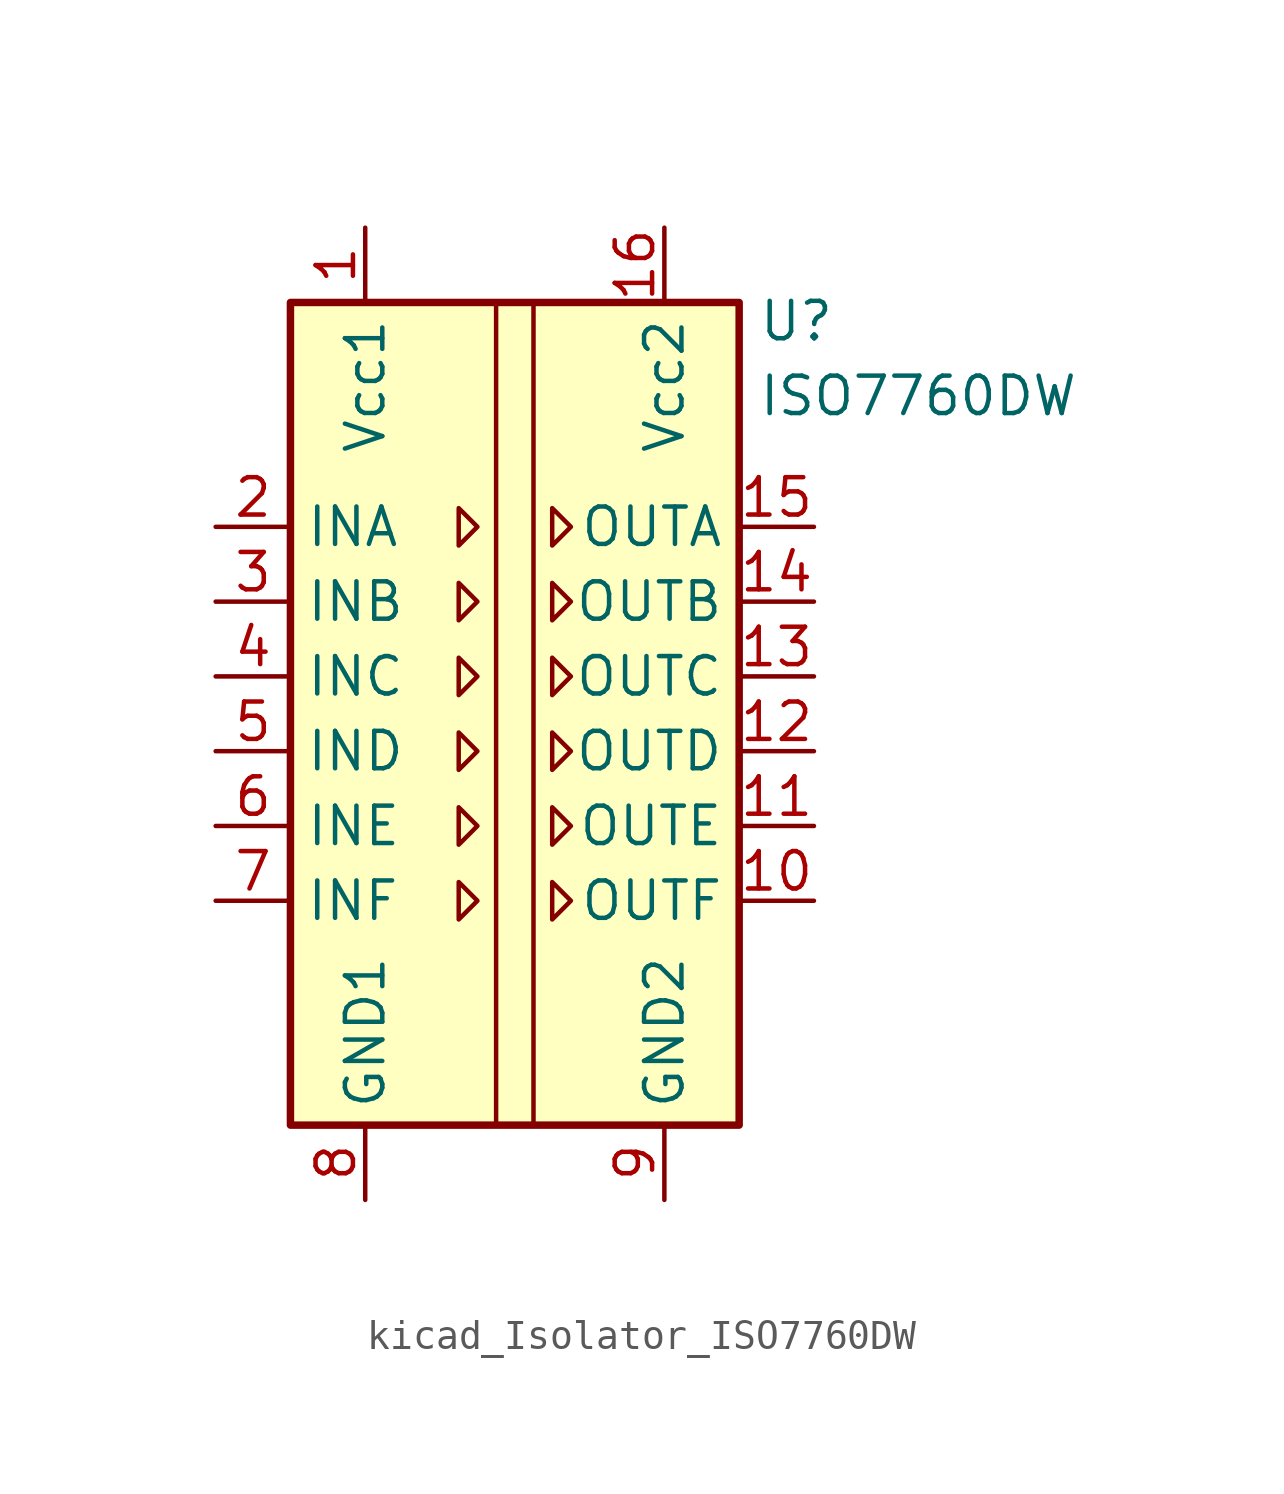
<source format=kicad_sym>
(kicad_symbol_lib
  (version 20220914)
  (generator kicad_symbol_editor)
  (symbol "kicad_Isolator_ISO7760DW"
    (property "Reference" "U"
      (at 8.255 14.605 0)
      (effects (font (size 1.27 1.27)) (justify left)))
    (property "Value" "ISO7760DW"
      (at 8.255 12.065 0)
      (effects (font (size 1.27 1.27)) (justify left)))
    (symbol "kicad_Isolator_ISO7760DW_0_1"
      (rectangle (start -7.62 15.24) (end 7.62 -12.7) (stroke (width 0.254) (type default)) (fill (type background)))
      (polyline (pts (xy -0.635 15.24) (xy -0.635 -12.7)) (stroke (width 0) (type default)) (fill (type none)))
      (polyline (pts (xy 0.635 15.24) (xy 0.635 -12.7)) (stroke (width 0) (type default)) (fill (type none)))
      (polyline (pts (xy -1.905 8.255) (xy -1.27 7.62) (xy -1.905 6.985) (xy -1.905 8.255)) (stroke (width 0) (type default)) (fill (type none)))
      (polyline (pts (xy 1.27 8.255) (xy 1.905 7.62) (xy 1.27 6.985) (xy 1.27 8.255)) (stroke (width 0) (type default)) (fill (type none))))
    (symbol "kicad_Isolator_ISO7760DW_1_1"
      (polyline (pts (xy -1.905 -4.445) (xy -1.27 -5.08) (xy -1.905 -5.715) (xy -1.905 -4.445)) (stroke (width 0) (type default)) (fill (type none)))
      (polyline (pts (xy -1.905 -1.905) (xy -1.27 -2.54) (xy -1.905 -3.175) (xy -1.905 -1.905)) (stroke (width 0) (type default)) (fill (type none)))
      (polyline (pts (xy -1.905 0.635) (xy -1.27 0) (xy -1.905 -0.635) (xy -1.905 0.635)) (stroke (width 0) (type default)) (fill (type none)))
      (polyline (pts (xy -1.905 3.175) (xy -1.27 2.54) (xy -1.905 1.905) (xy -1.905 3.175)) (stroke (width 0) (type default)) (fill (type none)))
      (polyline (pts (xy -1.905 5.715) (xy -1.27 5.08) (xy -1.905 4.445) (xy -1.905 5.715)) (stroke (width 0) (type default)) (fill (type none)))
      (polyline (pts (xy 1.27 -4.445) (xy 1.905 -5.08) (xy 1.27 -5.715) (xy 1.27 -4.445)) (stroke (width 0) (type default)) (fill (type none)))
      (polyline (pts (xy 1.27 -1.905) (xy 1.905 -2.54) (xy 1.27 -3.175) (xy 1.27 -1.905)) (stroke (width 0) (type default)) (fill (type none)))
      (polyline (pts (xy 1.27 0.635) (xy 1.905 0) (xy 1.27 -0.635) (xy 1.27 0.635)) (stroke (width 0) (type default)) (fill (type none)))
      (polyline (pts (xy 1.27 3.175) (xy 1.905 2.54) (xy 1.27 1.905) (xy 1.27 3.175)) (stroke (width 0) (type default)) (fill (type none)))
      (polyline (pts (xy 1.27 5.715) (xy 1.905 5.08) (xy 1.27 4.445) (xy 1.27 5.715)) (stroke (width 0) (type default)) (fill (type none)))
      (pin power_in line (at -5.08 17.78 270) (length 2.54) (name "Vcc1" (effects (font (size 1.27 1.27)))) (number "1" (effects (font (size 1.27 1.27)))))
      (pin output line (at 10.16 -5.08 180) (length 2.54) (name "OUTF" (effects (font (size 1.27 1.27)))) (number "10" (effects (font (size 1.27 1.27)))))
      (pin output line (at 10.16 -2.54 180) (length 2.54) (name "OUTE" (effects (font (size 1.27 1.27)))) (number "11" (effects (font (size 1.27 1.27)))))
      (pin output line (at 10.16 0 180) (length 2.54) (name "OUTD" (effects (font (size 1.27 1.27)))) (number "12" (effects (font (size 1.27 1.27)))))
      (pin output line (at 10.16 2.54 180) (length 2.54) (name "OUTC" (effects (font (size 1.27 1.27)))) (number "13" (effects (font (size 1.27 1.27)))))
      (pin output line (at 10.16 5.08 180) (length 2.54) (name "OUTB" (effects (font (size 1.27 1.27)))) (number "14" (effects (font (size 1.27 1.27)))))
      (pin output line (at 10.16 7.62 180) (length 2.54) (name "OUTA" (effects (font (size 1.27 1.27)))) (number "15" (effects (font (size 1.27 1.27)))))
      (pin power_in line (at 5.08 17.78 270) (length 2.54) (name "Vcc2" (effects (font (size 1.27 1.27)))) (number "16" (effects (font (size 1.27 1.27)))))
      (pin input line (at -10.16 7.62 0) (length 2.54) (name "INA" (effects (font (size 1.27 1.27)))) (number "2" (effects (font (size 1.27 1.27)))))
      (pin input line (at -10.16 5.08 0) (length 2.54) (name "INB" (effects (font (size 1.27 1.27)))) (number "3" (effects (font (size 1.27 1.27)))))
      (pin input line (at -10.16 2.54 0) (length 2.54) (name "INC" (effects (font (size 1.27 1.27)))) (number "4" (effects (font (size 1.27 1.27)))))
      (pin input line (at -10.16 0 0) (length 2.54) (name "IND" (effects (font (size 1.27 1.27)))) (number "5" (effects (font (size 1.27 1.27)))))
      (pin input line (at -10.16 -2.54 0) (length 2.54) (name "INE" (effects (font (size 1.27 1.27)))) (number "6" (effects (font (size 1.27 1.27)))))
      (pin input line (at -10.16 -5.08 0) (length 2.54) (name "INF" (effects (font (size 1.27 1.27)))) (number "7" (effects (font (size 1.27 1.27)))))
      (pin power_in line (at -5.08 -15.24 90) (length 2.54) (name "GND1" (effects (font (size 1.27 1.27)))) (number "8" (effects (font (size 1.27 1.27)))))
      (pin power_in line (at 5.08 -15.24 90) (length 2.54) (name "GND2" (effects (font (size 1.27 1.27)))) (number "9" (effects (font (size 1.27 1.27))))))))
</source>
